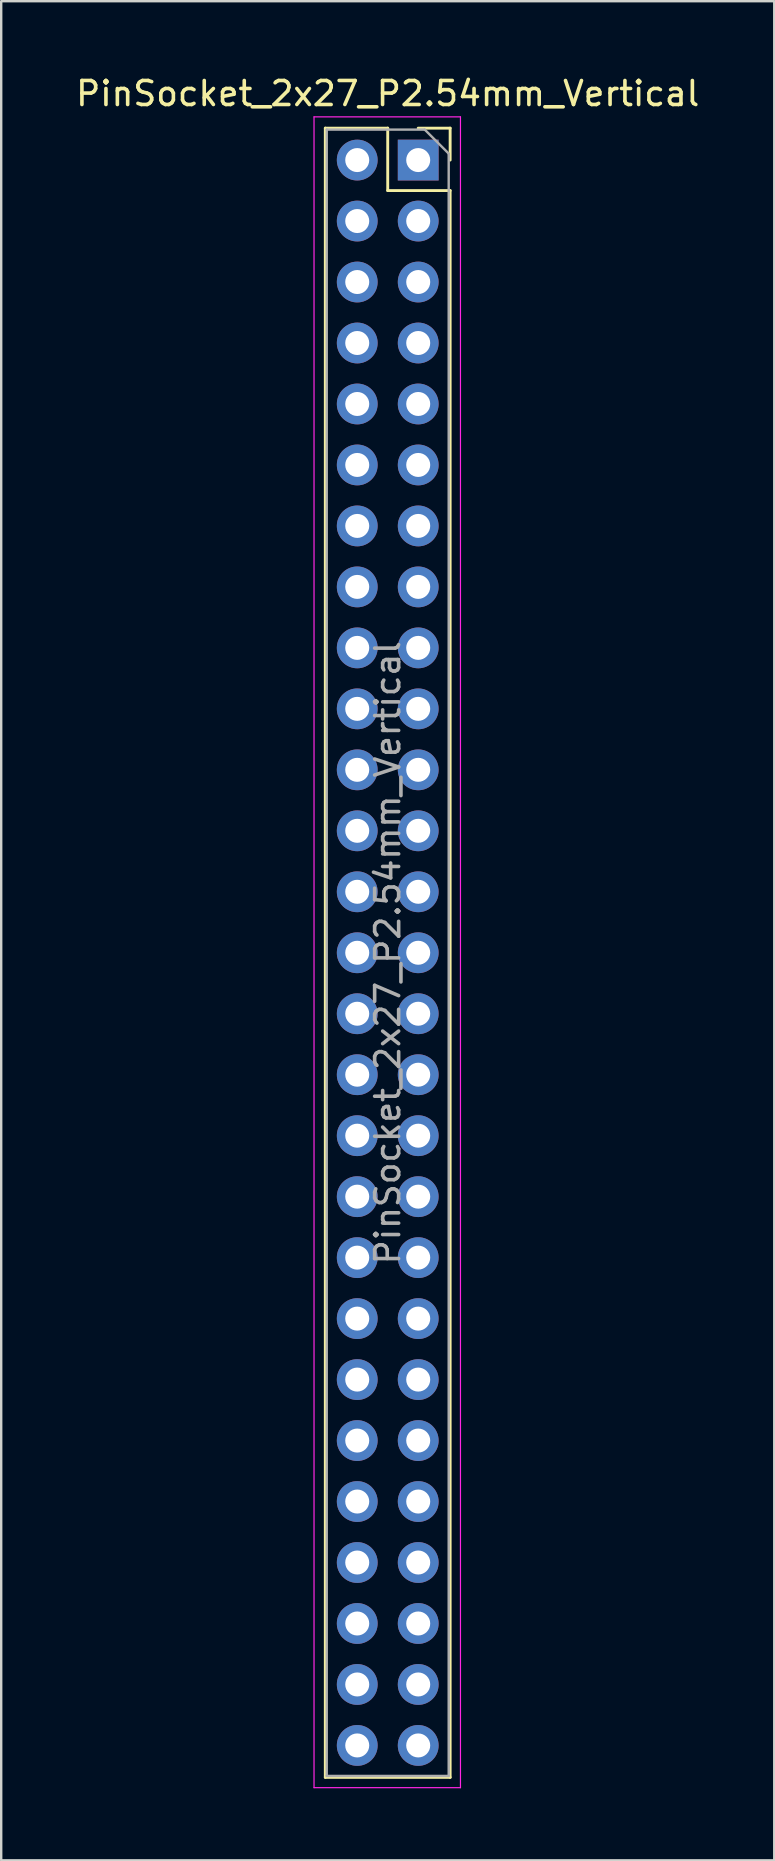
<source format=kicad_pcb>
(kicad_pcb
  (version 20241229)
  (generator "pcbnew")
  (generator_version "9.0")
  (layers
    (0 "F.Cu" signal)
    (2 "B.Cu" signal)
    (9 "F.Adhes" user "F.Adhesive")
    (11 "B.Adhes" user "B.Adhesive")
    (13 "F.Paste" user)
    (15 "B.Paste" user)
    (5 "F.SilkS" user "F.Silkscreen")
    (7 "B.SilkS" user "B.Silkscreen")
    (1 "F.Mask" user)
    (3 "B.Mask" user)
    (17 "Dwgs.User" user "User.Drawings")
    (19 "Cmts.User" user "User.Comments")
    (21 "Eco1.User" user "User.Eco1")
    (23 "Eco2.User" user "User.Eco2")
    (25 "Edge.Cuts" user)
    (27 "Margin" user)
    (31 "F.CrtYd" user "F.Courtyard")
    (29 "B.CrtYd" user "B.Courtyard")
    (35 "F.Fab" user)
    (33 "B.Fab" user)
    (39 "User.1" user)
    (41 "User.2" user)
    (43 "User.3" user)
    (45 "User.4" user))
  (footprint "PinSocket_2x27_P2.54mm_Vertical"
    (layer "F.Cu")
    (at 14.371 3.618)
    (property "Reference" "PinSocket_2x27_P2.54mm_Vertical" (at -1.27 -2.77 0) (layer "F.SilkS") (effects (font (size 1 1) (thickness 0.15))))
    (attr through_hole)
    (fp_line (start -3.87 -1.33) (end -3.87 67.37) (stroke (width 0.12) (type solid)) (layer "F.SilkS"))
    (fp_line (start -3.87 -1.33) (end -1.27 -1.33) (stroke (width 0.12) (type solid)) (layer "F.SilkS"))
    (fp_line (start -3.87 67.37) (end 1.33 67.37) (stroke (width 0.12) (type solid)) (layer "F.SilkS"))
    (fp_line (start -1.27 -1.33) (end -1.27 1.27) (stroke (width 0.12) (type solid)) (layer "F.SilkS"))
    (fp_line (start -1.27 1.27) (end 1.33 1.27) (stroke (width 0.12) (type solid)) (layer "F.SilkS"))
    (fp_line (start 0 -1.33) (end 1.33 -1.33) (stroke (width 0.12) (type solid)) (layer "F.SilkS"))
    (fp_line (start 1.33 -1.33) (end 1.33 0) (stroke (width 0.12) (type solid)) (layer "F.SilkS"))
    (fp_line (start 1.33 1.27) (end 1.33 67.37) (stroke (width 0.12) (type solid)) (layer "F.SilkS"))
    (fp_line (start -4.34 -1.8) (end 1.76 -1.8) (stroke (width 0.05) (type solid)) (layer "F.CrtYd"))
    (fp_line (start -4.34 67.8) (end -4.34 -1.8) (stroke (width 0.05) (type solid)) (layer "F.CrtYd"))
    (fp_line (start 1.76 -1.8) (end 1.76 67.8) (stroke (width 0.05) (type solid)) (layer "F.CrtYd"))
    (fp_line (start 1.76 67.8) (end -4.34 67.8) (stroke (width 0.05) (type solid)) (layer "F.CrtYd"))
    (fp_line (start -3.81 -1.27) (end 0.27 -1.27) (stroke (width 0.1) (type solid)) (layer "F.Fab"))
    (fp_line (start -3.81 67.31) (end -3.81 -1.27) (stroke (width 0.1) (type solid)) (layer "F.Fab"))
    (fp_line (start 0.27 -1.27) (end 1.27 -0.27) (stroke (width 0.1) (type solid)) (layer "F.Fab"))
    (fp_line (start 1.27 -0.27) (end 1.27 67.31) (stroke (width 0.1) (type solid)) (layer "F.Fab"))
    (fp_line (start 1.27 67.31) (end -3.81 67.31) (stroke (width 0.1) (type solid)) (layer "F.Fab"))
    (fp_text user "${REFERENCE}" (at -1.27 33.02 90) (layer "F.Fab") (effects (font (size 1 1) (thickness 0.15))))
    (pad "1" thru_hole rect (at 0 0) (size 1.7 1.7) (drill 1) (layers "*.Cu" "*.Mask"))
    (pad "2" thru_hole circle (at -2.54 0) (size 1.7 1.7) (drill 1) (layers "*.Cu" "*.Mask"))
    (pad "3" thru_hole circle (at 0 2.54) (size 1.7 1.7) (drill 1) (layers "*.Cu" "*.Mask"))
    (pad "4" thru_hole circle (at -2.54 2.54) (size 1.7 1.7) (drill 1) (layers "*.Cu" "*.Mask"))
    (pad "5" thru_hole circle (at 0 5.08) (size 1.7 1.7) (drill 1) (layers "*.Cu" "*.Mask"))
    (pad "6" thru_hole circle (at -2.54 5.08) (size 1.7 1.7) (drill 1) (layers "*.Cu" "*.Mask"))
    (pad "7" thru_hole circle (at 0 7.62) (size 1.7 1.7) (drill 1) (layers "*.Cu" "*.Mask"))
    (pad "8" thru_hole circle (at -2.54 7.62) (size 1.7 1.7) (drill 1) (layers "*.Cu" "*.Mask"))
    (pad "9" thru_hole circle (at 0 10.16) (size 1.7 1.7) (drill 1) (layers "*.Cu" "*.Mask"))
    (pad "10" thru_hole circle (at -2.54 10.16) (size 1.7 1.7) (drill 1) (layers "*.Cu" "*.Mask"))
    (pad "11" thru_hole circle (at 0 12.7) (size 1.7 1.7) (drill 1) (layers "*.Cu" "*.Mask"))
    (pad "12" thru_hole circle (at -2.54 12.7) (size 1.7 1.7) (drill 1) (layers "*.Cu" "*.Mask"))
    (pad "13" thru_hole circle (at 0 15.24) (size 1.7 1.7) (drill 1) (layers "*.Cu" "*.Mask"))
    (pad "14" thru_hole circle (at -2.54 15.24) (size 1.7 1.7) (drill 1) (layers "*.Cu" "*.Mask"))
    (pad "15" thru_hole circle (at 0 17.78) (size 1.7 1.7) (drill 1) (layers "*.Cu" "*.Mask"))
    (pad "16" thru_hole circle (at -2.54 17.78) (size 1.7 1.7) (drill 1) (layers "*.Cu" "*.Mask"))
    (pad "17" thru_hole circle (at 0 20.32) (size 1.7 1.7) (drill 1) (layers "*.Cu" "*.Mask"))
    (pad "18" thru_hole circle (at -2.54 20.32) (size 1.7 1.7) (drill 1) (layers "*.Cu" "*.Mask"))
    (pad "19" thru_hole circle (at 0 22.86) (size 1.7 1.7) (drill 1) (layers "*.Cu" "*.Mask"))
    (pad "20" thru_hole circle (at -2.54 22.86) (size 1.7 1.7) (drill 1) (layers "*.Cu" "*.Mask"))
    (pad "21" thru_hole circle (at 0 25.4) (size 1.7 1.7) (drill 1) (layers "*.Cu" "*.Mask"))
    (pad "22" thru_hole circle (at -2.54 25.4) (size 1.7 1.7) (drill 1) (layers "*.Cu" "*.Mask"))
    (pad "23" thru_hole circle (at 0 27.94) (size 1.7 1.7) (drill 1) (layers "*.Cu" "*.Mask"))
    (pad "24" thru_hole circle (at -2.54 27.94) (size 1.7 1.7) (drill 1) (layers "*.Cu" "*.Mask"))
    (pad "25" thru_hole circle (at 0 30.48) (size 1.7 1.7) (drill 1) (layers "*.Cu" "*.Mask"))
    (pad "26" thru_hole circle (at -2.54 30.48) (size 1.7 1.7) (drill 1) (layers "*.Cu" "*.Mask"))
    (pad "27" thru_hole circle (at 0 33.02) (size 1.7 1.7) (drill 1) (layers "*.Cu" "*.Mask"))
    (pad "28" thru_hole circle (at -2.54 33.02) (size 1.7 1.7) (drill 1) (layers "*.Cu" "*.Mask"))
    (pad "29" thru_hole circle (at 0 35.56) (size 1.7 1.7) (drill 1) (layers "*.Cu" "*.Mask"))
    (pad "30" thru_hole circle (at -2.54 35.56) (size 1.7 1.7) (drill 1) (layers "*.Cu" "*.Mask"))
    (pad "31" thru_hole circle (at 0 38.1) (size 1.7 1.7) (drill 1) (layers "*.Cu" "*.Mask"))
    (pad "32" thru_hole circle (at -2.54 38.1) (size 1.7 1.7) (drill 1) (layers "*.Cu" "*.Mask"))
    (pad "33" thru_hole circle (at 0 40.64) (size 1.7 1.7) (drill 1) (layers "*.Cu" "*.Mask"))
    (pad "34" thru_hole circle (at -2.54 40.64) (size 1.7 1.7) (drill 1) (layers "*.Cu" "*.Mask"))
    (pad "35" thru_hole circle (at 0 43.18) (size 1.7 1.7) (drill 1) (layers "*.Cu" "*.Mask"))
    (pad "36" thru_hole circle (at -2.54 43.18) (size 1.7 1.7) (drill 1) (layers "*.Cu" "*.Mask"))
    (pad "37" thru_hole circle (at 0 45.72) (size 1.7 1.7) (drill 1) (layers "*.Cu" "*.Mask"))
    (pad "38" thru_hole circle (at -2.54 45.72) (size 1.7 1.7) (drill 1) (layers "*.Cu" "*.Mask"))
    (pad "39" thru_hole circle (at 0 48.26) (size 1.7 1.7) (drill 1) (layers "*.Cu" "*.Mask"))
    (pad "40" thru_hole circle (at -2.54 48.26) (size 1.7 1.7) (drill 1) (layers "*.Cu" "*.Mask"))
    (pad "41" thru_hole circle (at 0 50.8) (size 1.7 1.7) (drill 1) (layers "*.Cu" "*.Mask"))
    (pad "42" thru_hole circle (at -2.54 50.8) (size 1.7 1.7) (drill 1) (layers "*.Cu" "*.Mask"))
    (pad "43" thru_hole circle (at 0 53.34) (size 1.7 1.7) (drill 1) (layers "*.Cu" "*.Mask"))
    (pad "44" thru_hole circle (at -2.54 53.34) (size 1.7 1.7) (drill 1) (layers "*.Cu" "*.Mask"))
    (pad "45" thru_hole circle (at 0 55.88) (size 1.7 1.7) (drill 1) (layers "*.Cu" "*.Mask"))
    (pad "46" thru_hole circle (at -2.54 55.88) (size 1.7 1.7) (drill 1) (layers "*.Cu" "*.Mask"))
    (pad "47" thru_hole circle (at 0 58.42) (size 1.7 1.7) (drill 1) (layers "*.Cu" "*.Mask"))
    (pad "48" thru_hole circle (at -2.54 58.42) (size 1.7 1.7) (drill 1) (layers "*.Cu" "*.Mask"))
    (pad "49" thru_hole circle (at 0 60.96) (size 1.7 1.7) (drill 1) (layers "*.Cu" "*.Mask"))
    (pad "50" thru_hole circle (at -2.54 60.96) (size 1.7 1.7) (drill 1) (layers "*.Cu" "*.Mask"))
    (pad "51" thru_hole circle (at 0 63.5) (size 1.7 1.7) (drill 1) (layers "*.Cu" "*.Mask"))
    (pad "52" thru_hole circle (at -2.54 63.5) (size 1.7 1.7) (drill 1) (layers "*.Cu" "*.Mask"))
    (pad "53" thru_hole circle (at 0 66.04) (size 1.7 1.7) (drill 1) (layers "*.Cu" "*.Mask"))
    (pad "54" thru_hole circle (at -2.54 66.04) (size 1.7 1.7) (drill 1) (layers "*.Cu" "*.Mask")))
  (gr_rect
    (start -3 -3)
    (end 29.202 74.443)
    (stroke (width 0.1) (type default))
    (fill no)
    (layer "Edge.Cuts")))
</source>
